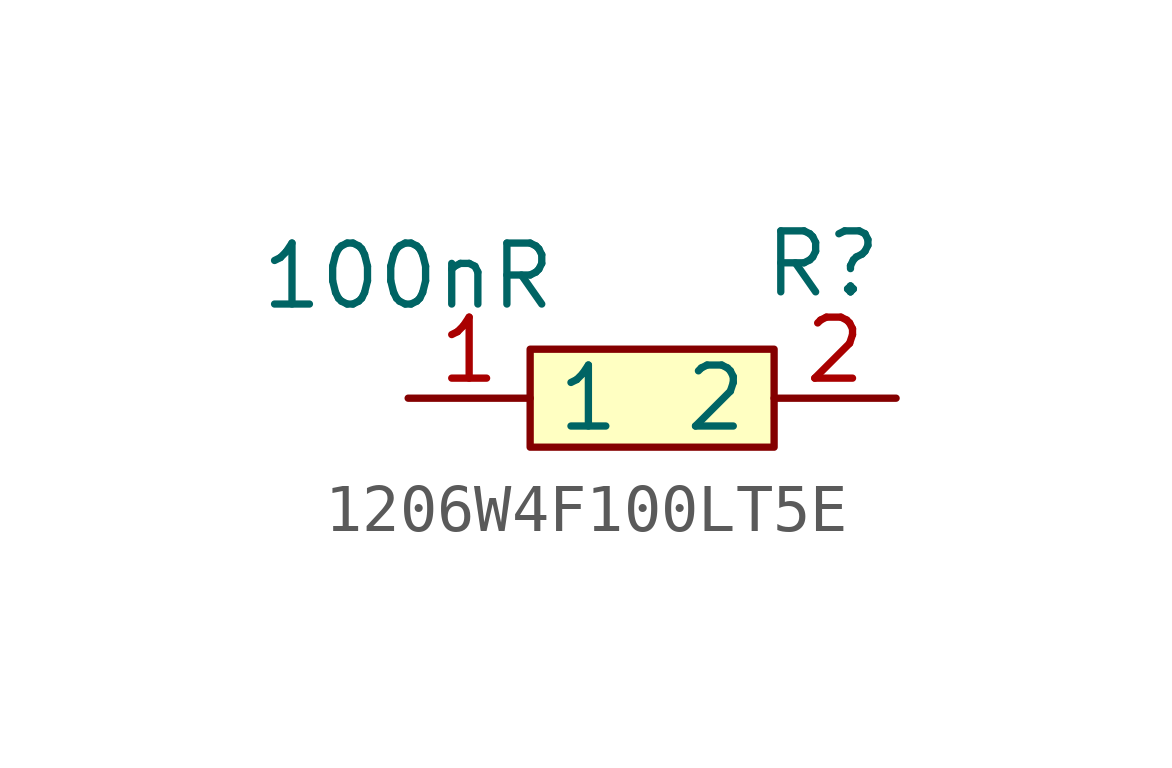
<source format=kicad_sym>
(kicad_symbol_lib
  (version 20231120)
  (generator "kicad_symbol_editor")
  (generator_version "8.0")
  (symbol "1206W4F100LT5E"
    (property "Reference" "R"
      (at 3.556 2.794 0)
      (effects (font (size 1.27 1.27))))
    (property "Value" "100nR"
      (at -5.08 2.54 0)
      (effects (font (size 1.27 1.27))))
    (symbol "1206W4F100LT5E_0_1"
      (rectangle (start -2.54 1.02) (end 2.54 -1.02) (stroke (width 0) (type default)) (fill (type background)))
      (pin input line (at -5.08 0 0) (length 2.54) (name "1" (effects (font (size 1.27 1.27)))) (number "1" (effects (font (size 1.27 1.27)))))
      (pin input line (at 5.08 0 180) (length 2.54) (name "2" (effects (font (size 1.27 1.27)))) (number "2" (effects (font (size 1.27 1.27))))))))
</source>
